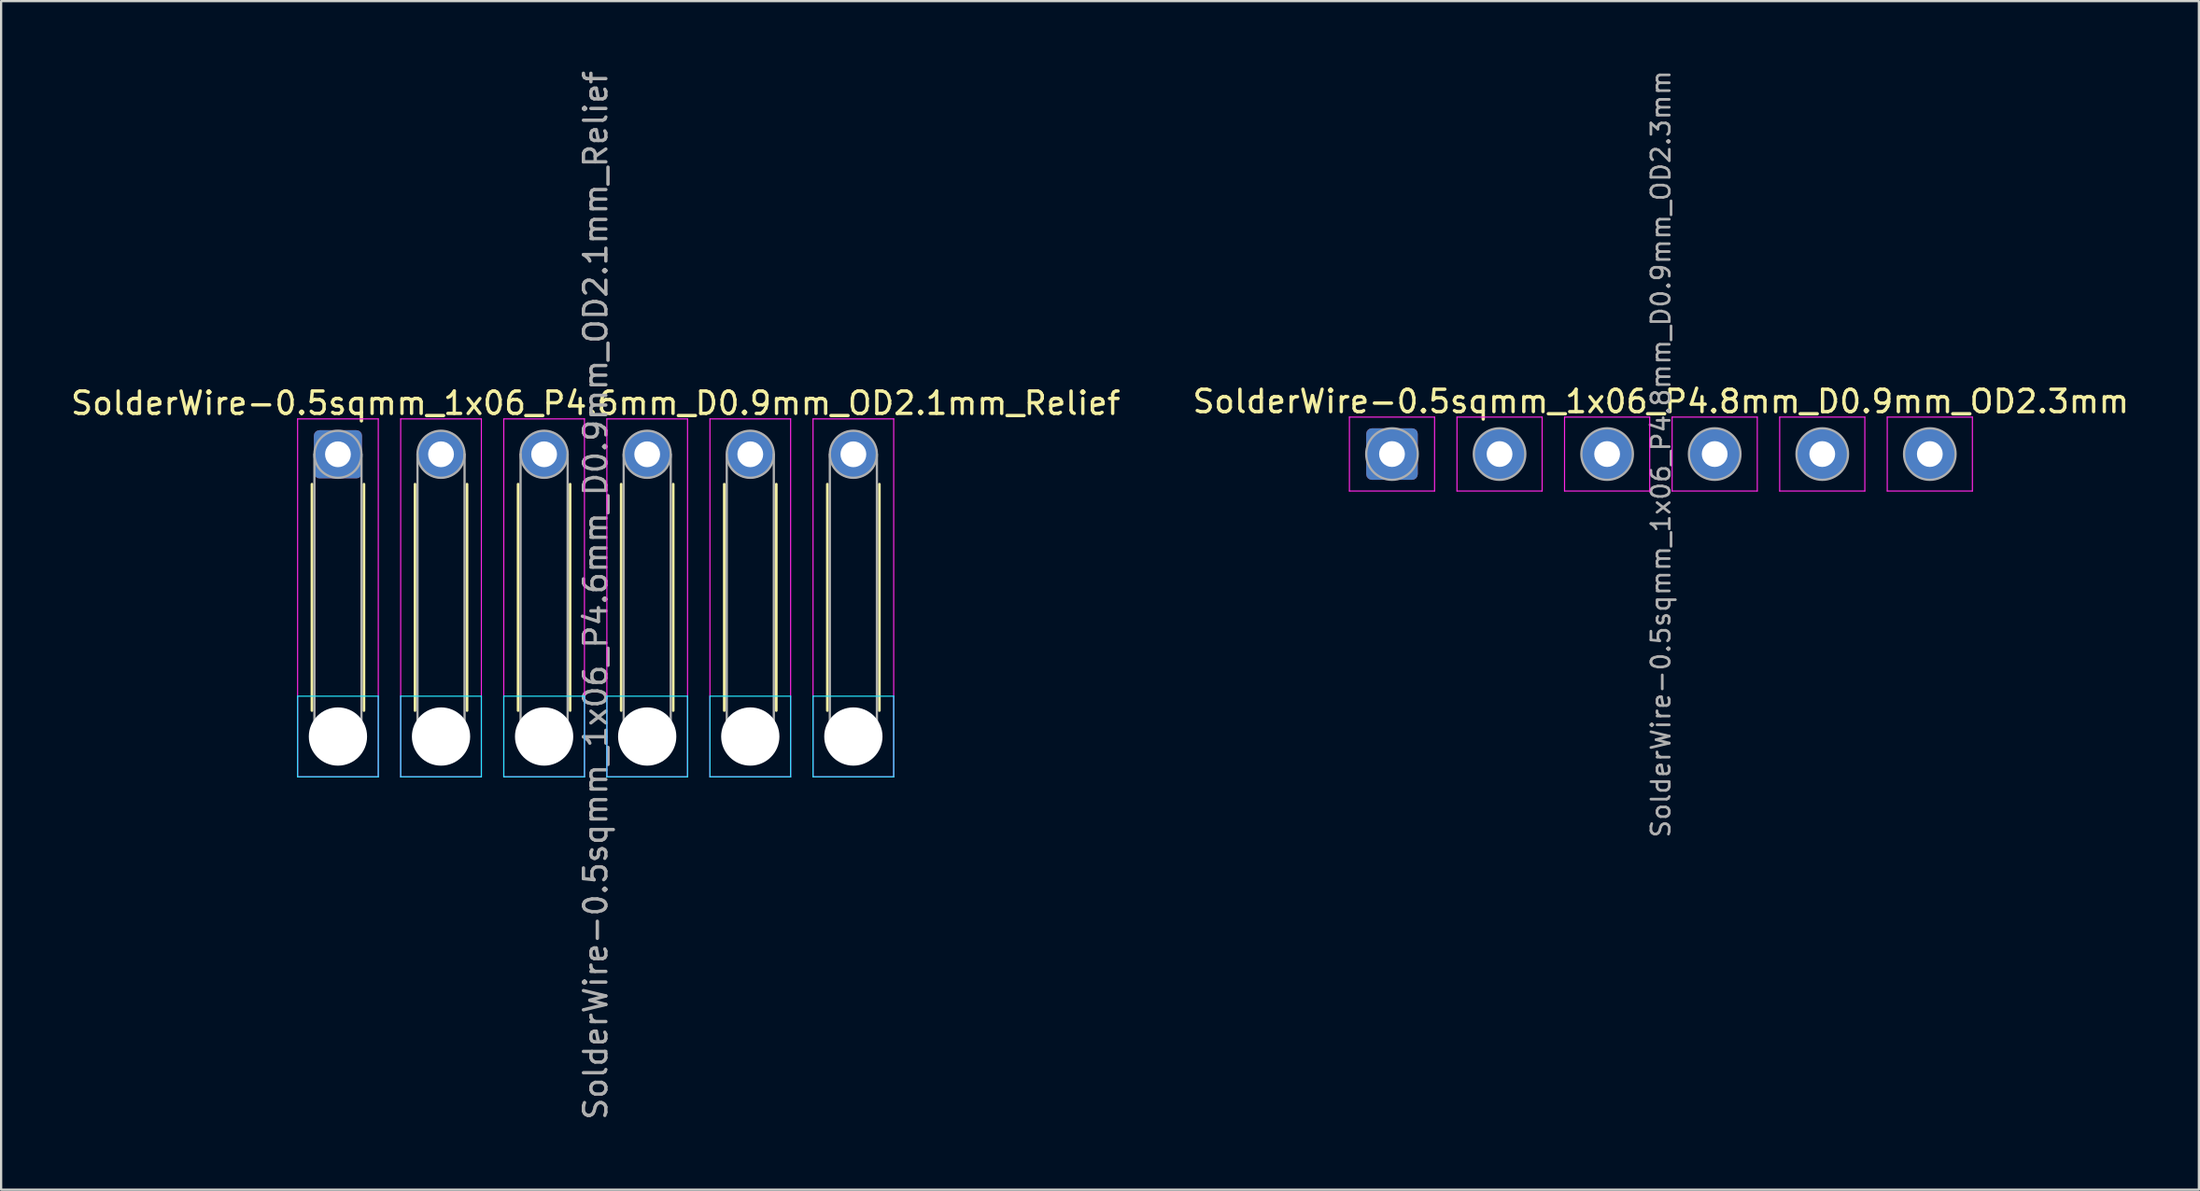
<source format=kicad_pcb>
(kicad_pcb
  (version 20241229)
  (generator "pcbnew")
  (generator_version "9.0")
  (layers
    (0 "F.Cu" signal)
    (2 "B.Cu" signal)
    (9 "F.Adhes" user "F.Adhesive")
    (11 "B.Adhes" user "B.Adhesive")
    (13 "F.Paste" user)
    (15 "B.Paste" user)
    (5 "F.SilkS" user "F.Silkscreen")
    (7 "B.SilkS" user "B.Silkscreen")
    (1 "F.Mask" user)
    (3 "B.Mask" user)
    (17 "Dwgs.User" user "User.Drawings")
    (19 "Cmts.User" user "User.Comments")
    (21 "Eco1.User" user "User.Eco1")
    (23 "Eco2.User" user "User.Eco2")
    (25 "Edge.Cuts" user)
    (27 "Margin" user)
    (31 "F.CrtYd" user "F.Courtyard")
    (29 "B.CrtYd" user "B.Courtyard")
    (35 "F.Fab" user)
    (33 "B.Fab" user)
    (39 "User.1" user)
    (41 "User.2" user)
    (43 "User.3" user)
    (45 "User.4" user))
  (footprint "SolderWire-0.5sqmm_1x06_P4.8mm_D0.9mm_OD2.3mm"
    (layer "F.Cu")
    (at 59.065 17.22)
    (property "Reference" "SolderWire-0.5sqmm_1x06_P4.8mm_D0.9mm_OD2.3mm" (at 12 -2.35 0) (layer "F.SilkS") (effects (font (size 1 1) (thickness 0.15))))
    (attr exclude_from_pos_files exclude_from_bom)
    (fp_line (start -1.9 -1.65) (end -1.9 1.65) (stroke (width 0.05) (type solid)) (layer "F.CrtYd"))
    (fp_line (start -1.9 1.65) (end 1.9 1.65) (stroke (width 0.05) (type solid)) (layer "F.CrtYd"))
    (fp_line (start 1.9 -1.65) (end -1.9 -1.65) (stroke (width 0.05) (type solid)) (layer "F.CrtYd"))
    (fp_line (start 1.9 1.65) (end 1.9 -1.65) (stroke (width 0.05) (type solid)) (layer "F.CrtYd"))
    (fp_line (start 2.9 -1.65) (end 2.9 1.65) (stroke (width 0.05) (type solid)) (layer "F.CrtYd"))
    (fp_line (start 2.9 1.65) (end 6.7 1.65) (stroke (width 0.05) (type solid)) (layer "F.CrtYd"))
    (fp_line (start 6.7 -1.65) (end 2.9 -1.65) (stroke (width 0.05) (type solid)) (layer "F.CrtYd"))
    (fp_line (start 6.7 1.65) (end 6.7 -1.65) (stroke (width 0.05) (type solid)) (layer "F.CrtYd"))
    (fp_line (start 7.7 -1.65) (end 7.7 1.65) (stroke (width 0.05) (type solid)) (layer "F.CrtYd"))
    (fp_line (start 7.7 1.65) (end 11.5 1.65) (stroke (width 0.05) (type solid)) (layer "F.CrtYd"))
    (fp_line (start 11.5 -1.65) (end 7.7 -1.65) (stroke (width 0.05) (type solid)) (layer "F.CrtYd"))
    (fp_line (start 11.5 1.65) (end 11.5 -1.65) (stroke (width 0.05) (type solid)) (layer "F.CrtYd"))
    (fp_line (start 12.5 -1.65) (end 12.5 1.65) (stroke (width 0.05) (type solid)) (layer "F.CrtYd"))
    (fp_line (start 12.5 1.65) (end 16.3 1.65) (stroke (width 0.05) (type solid)) (layer "F.CrtYd"))
    (fp_line (start 16.3 -1.65) (end 12.5 -1.65) (stroke (width 0.05) (type solid)) (layer "F.CrtYd"))
    (fp_line (start 16.3 1.65) (end 16.3 -1.65) (stroke (width 0.05) (type solid)) (layer "F.CrtYd"))
    (fp_line (start 17.3 -1.65) (end 17.3 1.65) (stroke (width 0.05) (type solid)) (layer "F.CrtYd"))
    (fp_line (start 17.3 1.65) (end 21.1 1.65) (stroke (width 0.05) (type solid)) (layer "F.CrtYd"))
    (fp_line (start 21.1 -1.65) (end 17.3 -1.65) (stroke (width 0.05) (type solid)) (layer "F.CrtYd"))
    (fp_line (start 21.1 1.65) (end 21.1 -1.65) (stroke (width 0.05) (type solid)) (layer "F.CrtYd"))
    (fp_line (start 22.1 -1.65) (end 22.1 1.65) (stroke (width 0.05) (type solid)) (layer "F.CrtYd"))
    (fp_line (start 22.1 1.65) (end 25.9 1.65) (stroke (width 0.05) (type solid)) (layer "F.CrtYd"))
    (fp_line (start 25.9 -1.65) (end 22.1 -1.65) (stroke (width 0.05) (type solid)) (layer "F.CrtYd"))
    (fp_line (start 25.9 1.65) (end 25.9 -1.65) (stroke (width 0.05) (type solid)) (layer "F.CrtYd"))
    (fp_circle (center 0 0) (end 1.15 0) (stroke (width 0.1) (type solid)) (fill no) (layer "F.Fab"))
    (fp_circle (center 4.8 0) (end 5.95 0) (stroke (width 0.1) (type solid)) (fill no) (layer "F.Fab"))
    (fp_circle (center 9.6 0) (end 10.75 0) (stroke (width 0.1) (type solid)) (fill no) (layer "F.Fab"))
    (fp_circle (center 14.4 0) (end 15.55 0) (stroke (width 0.1) (type solid)) (fill no) (layer "F.Fab"))
    (fp_circle (center 19.2 0) (end 20.35 0) (stroke (width 0.1) (type solid)) (fill no) (layer "F.Fab"))
    (fp_circle (center 24 0) (end 25.15 0) (stroke (width 0.1) (type solid)) (fill no) (layer "F.Fab"))
    (fp_text user "${REFERENCE}" (at 12 0 90) (layer "F.Fab") (effects (font (size 0.82 0.82) (thickness 0.12))))
    (pad "1" thru_hole roundrect (at 0 0) (size 2.3 2.3) (drill 1.15) (layers "*.Cu" "*.Mask") (roundrect_rratio 0.109))
    (pad "2" thru_hole circle (at 4.8 0) (size 2.3 2.3) (drill 1.15) (layers "*.Cu" "*.Mask"))
    (pad "3" thru_hole circle (at 9.6 0) (size 2.3 2.3) (drill 1.15) (layers "*.Cu" "*.Mask"))
    (pad "4" thru_hole circle (at 14.4 0) (size 2.3 2.3) (drill 1.15) (layers "*.Cu" "*.Mask"))
    (pad "5" thru_hole circle (at 19.2 0) (size 2.3 2.3) (drill 1.15) (layers "*.Cu" "*.Mask"))
    (pad "6" thru_hole circle (at 24 0) (size 2.3 2.3) (drill 1.15) (layers "*.Cu" "*.Mask")))
  (footprint "SolderWire-0.5sqmm_1x06_P4.6mm_D0.9mm_OD2.1mm_Relief"
    (layer "F.Cu")
    (at 12.03 17.23)
    (property "Reference" "SolderWire-0.5sqmm_1x06_P4.6mm_D0.9mm_OD2.1mm_Relief" (at 11.5 -2.28 0) (layer "F.SilkS") (effects (font (size 1 1) (thickness 0.15))))
    (attr exclude_from_pos_files exclude_from_bom)
    (fp_line (start -1.16 1.335) (end -1.16 11.44) (stroke (width 0.12) (type solid)) (layer "F.SilkS"))
    (fp_line (start 1.16 1.335) (end 1.16 11.44) (stroke (width 0.12) (type solid)) (layer "F.SilkS"))
    (fp_line (start 3.44 1.335) (end 3.44 11.44) (stroke (width 0.12) (type solid)) (layer "F.SilkS"))
    (fp_line (start 5.76 1.335) (end 5.76 11.44) (stroke (width 0.12) (type solid)) (layer "F.SilkS"))
    (fp_line (start 8.04 1.335) (end 8.04 11.44) (stroke (width 0.12) (type solid)) (layer "F.SilkS"))
    (fp_line (start 10.36 1.335) (end 10.36 11.44) (stroke (width 0.12) (type solid)) (layer "F.SilkS"))
    (fp_line (start 12.64 1.335) (end 12.64 11.44) (stroke (width 0.12) (type solid)) (layer "F.SilkS"))
    (fp_line (start 14.96 1.335) (end 14.96 11.44) (stroke (width 0.12) (type solid)) (layer "F.SilkS"))
    (fp_line (start 17.24 1.335) (end 17.24 11.44) (stroke (width 0.12) (type solid)) (layer "F.SilkS"))
    (fp_line (start 19.56 1.335) (end 19.56 11.44) (stroke (width 0.12) (type solid)) (layer "F.SilkS"))
    (fp_line (start 21.84 1.335) (end 21.84 11.44) (stroke (width 0.12) (type solid)) (layer "F.SilkS"))
    (fp_line (start 24.16 1.335) (end 24.16 11.44) (stroke (width 0.12) (type solid)) (layer "F.SilkS"))
    (fp_line (start -1.8 10.8) (end -1.8 14.4) (stroke (width 0.05) (type solid)) (layer "B.CrtYd"))
    (fp_line (start -1.8 14.4) (end 1.8 14.4) (stroke (width 0.05) (type solid)) (layer "B.CrtYd"))
    (fp_line (start 1.8 10.8) (end -1.8 10.8) (stroke (width 0.05) (type solid)) (layer "B.CrtYd"))
    (fp_line (start 1.8 14.4) (end 1.8 10.8) (stroke (width 0.05) (type solid)) (layer "B.CrtYd"))
    (fp_line (start 2.8 10.8) (end 2.8 14.4) (stroke (width 0.05) (type solid)) (layer "B.CrtYd"))
    (fp_line (start 2.8 14.4) (end 6.4 14.4) (stroke (width 0.05) (type solid)) (layer "B.CrtYd"))
    (fp_line (start 6.4 10.8) (end 2.8 10.8) (stroke (width 0.05) (type solid)) (layer "B.CrtYd"))
    (fp_line (start 6.4 14.4) (end 6.4 10.8) (stroke (width 0.05) (type solid)) (layer "B.CrtYd"))
    (fp_line (start 7.4 10.8) (end 7.4 14.4) (stroke (width 0.05) (type solid)) (layer "B.CrtYd"))
    (fp_line (start 7.4 14.4) (end 11 14.4) (stroke (width 0.05) (type solid)) (layer "B.CrtYd"))
    (fp_line (start 11 10.8) (end 7.4 10.8) (stroke (width 0.05) (type solid)) (layer "B.CrtYd"))
    (fp_line (start 11 14.4) (end 11 10.8) (stroke (width 0.05) (type solid)) (layer "B.CrtYd"))
    (fp_line (start 12 10.8) (end 12 14.4) (stroke (width 0.05) (type solid)) (layer "B.CrtYd"))
    (fp_line (start 12 14.4) (end 15.6 14.4) (stroke (width 0.05) (type solid)) (layer "B.CrtYd"))
    (fp_line (start 15.6 10.8) (end 12 10.8) (stroke (width 0.05) (type solid)) (layer "B.CrtYd"))
    (fp_line (start 15.6 14.4) (end 15.6 10.8) (stroke (width 0.05) (type solid)) (layer "B.CrtYd"))
    (fp_line (start 16.6 10.8) (end 16.6 14.4) (stroke (width 0.05) (type solid)) (layer "B.CrtYd"))
    (fp_line (start 16.6 14.4) (end 20.2 14.4) (stroke (width 0.05) (type solid)) (layer "B.CrtYd"))
    (fp_line (start 20.2 10.8) (end 16.6 10.8) (stroke (width 0.05) (type solid)) (layer "B.CrtYd"))
    (fp_line (start 20.2 14.4) (end 20.2 10.8) (stroke (width 0.05) (type solid)) (layer "B.CrtYd"))
    (fp_line (start 21.2 10.8) (end 21.2 14.4) (stroke (width 0.05) (type solid)) (layer "B.CrtYd"))
    (fp_line (start 21.2 14.4) (end 24.8 14.4) (stroke (width 0.05) (type solid)) (layer "B.CrtYd"))
    (fp_line (start 24.8 10.8) (end 21.2 10.8) (stroke (width 0.05) (type solid)) (layer "B.CrtYd"))
    (fp_line (start 24.8 14.4) (end 24.8 10.8) (stroke (width 0.05) (type solid)) (layer "B.CrtYd"))
    (fp_line (start -1.8 -1.58) (end -1.8 14.4) (stroke (width 0.05) (type solid)) (layer "F.CrtYd"))
    (fp_line (start -1.8 14.4) (end 1.8 14.4) (stroke (width 0.05) (type solid)) (layer "F.CrtYd"))
    (fp_line (start 1.8 -1.58) (end -1.8 -1.58) (stroke (width 0.05) (type solid)) (layer "F.CrtYd"))
    (fp_line (start 1.8 14.4) (end 1.8 -1.58) (stroke (width 0.05) (type solid)) (layer "F.CrtYd"))
    (fp_line (start 2.8 -1.58) (end 2.8 14.4) (stroke (width 0.05) (type solid)) (layer "F.CrtYd"))
    (fp_line (start 2.8 14.4) (end 6.4 14.4) (stroke (width 0.05) (type solid)) (layer "F.CrtYd"))
    (fp_line (start 6.4 -1.58) (end 2.8 -1.58) (stroke (width 0.05) (type solid)) (layer "F.CrtYd"))
    (fp_line (start 6.4 14.4) (end 6.4 -1.58) (stroke (width 0.05) (type solid)) (layer "F.CrtYd"))
    (fp_line (start 7.4 -1.58) (end 7.4 14.4) (stroke (width 0.05) (type solid)) (layer "F.CrtYd"))
    (fp_line (start 7.4 14.4) (end 11 14.4) (stroke (width 0.05) (type solid)) (layer "F.CrtYd"))
    (fp_line (start 11 -1.58) (end 7.4 -1.58) (stroke (width 0.05) (type solid)) (layer "F.CrtYd"))
    (fp_line (start 11 14.4) (end 11 -1.58) (stroke (width 0.05) (type solid)) (layer "F.CrtYd"))
    (fp_line (start 12 -1.58) (end 12 14.4) (stroke (width 0.05) (type solid)) (layer "F.CrtYd"))
    (fp_line (start 12 14.4) (end 15.6 14.4) (stroke (width 0.05) (type solid)) (layer "F.CrtYd"))
    (fp_line (start 15.6 -1.58) (end 12 -1.58) (stroke (width 0.05) (type solid)) (layer "F.CrtYd"))
    (fp_line (start 15.6 14.4) (end 15.6 -1.58) (stroke (width 0.05) (type solid)) (layer "F.CrtYd"))
    (fp_line (start 16.6 -1.58) (end 16.6 14.4) (stroke (width 0.05) (type solid)) (layer "F.CrtYd"))
    (fp_line (start 16.6 14.4) (end 20.2 14.4) (stroke (width 0.05) (type solid)) (layer "F.CrtYd"))
    (fp_line (start 20.2 -1.58) (end 16.6 -1.58) (stroke (width 0.05) (type solid)) (layer "F.CrtYd"))
    (fp_line (start 20.2 14.4) (end 20.2 -1.58) (stroke (width 0.05) (type solid)) (layer "F.CrtYd"))
    (fp_line (start 21.2 -1.58) (end 21.2 14.4) (stroke (width 0.05) (type solid)) (layer "F.CrtYd"))
    (fp_line (start 21.2 14.4) (end 24.8 14.4) (stroke (width 0.05) (type solid)) (layer "F.CrtYd"))
    (fp_line (start 24.8 -1.58) (end 21.2 -1.58) (stroke (width 0.05) (type solid)) (layer "F.CrtYd"))
    (fp_line (start 24.8 14.4) (end 24.8 -1.58) (stroke (width 0.05) (type solid)) (layer "F.CrtYd"))
    (fp_line (start -1.05 0) (end -1.05 12.6) (stroke (width 0.1) (type solid)) (layer "F.Fab"))
    (fp_line (start 1.05 0) (end 1.05 12.6) (stroke (width 0.1) (type solid)) (layer "F.Fab"))
    (fp_line (start 3.55 0) (end 3.55 12.6) (stroke (width 0.1) (type solid)) (layer "F.Fab"))
    (fp_line (start 5.65 0) (end 5.65 12.6) (stroke (width 0.1) (type solid)) (layer "F.Fab"))
    (fp_line (start 8.15 0) (end 8.15 12.6) (stroke (width 0.1) (type solid)) (layer "F.Fab"))
    (fp_line (start 10.25 0) (end 10.25 12.6) (stroke (width 0.1) (type solid)) (layer "F.Fab"))
    (fp_line (start 12.75 0) (end 12.75 12.6) (stroke (width 0.1) (type solid)) (layer "F.Fab"))
    (fp_line (start 14.85 0) (end 14.85 12.6) (stroke (width 0.1) (type solid)) (layer "F.Fab"))
    (fp_line (start 17.35 0) (end 17.35 12.6) (stroke (width 0.1) (type solid)) (layer "F.Fab"))
    (fp_line (start 19.45 0) (end 19.45 12.6) (stroke (width 0.1) (type solid)) (layer "F.Fab"))
    (fp_line (start 21.95 0) (end 21.95 12.6) (stroke (width 0.1) (type solid)) (layer "F.Fab"))
    (fp_line (start 24.05 0) (end 24.05 12.6) (stroke (width 0.1) (type solid)) (layer "F.Fab"))
    (fp_circle (center 0 0) (end 1.05 0) (stroke (width 0.1) (type solid)) (fill no) (layer "F.Fab"))
    (fp_circle (center 0 12.6) (end 1.05 12.6) (stroke (width 0.1) (type solid)) (fill no) (layer "F.Fab"))
    (fp_circle (center 4.6 0) (end 5.65 0) (stroke (width 0.1) (type solid)) (fill no) (layer "F.Fab"))
    (fp_circle (center 4.6 12.6) (end 5.65 12.6) (stroke (width 0.1) (type solid)) (fill no) (layer "F.Fab"))
    (fp_circle (center 9.2 0) (end 10.25 0) (stroke (width 0.1) (type solid)) (fill no) (layer "F.Fab"))
    (fp_circle (center 9.2 12.6) (end 10.25 12.6) (stroke (width 0.1) (type solid)) (fill no) (layer "F.Fab"))
    (fp_circle (center 13.8 0) (end 14.85 0) (stroke (width 0.1) (type solid)) (fill no) (layer "F.Fab"))
    (fp_circle (center 13.8 12.6) (end 14.85 12.6) (stroke (width 0.1) (type solid)) (fill no) (layer "F.Fab"))
    (fp_circle (center 18.4 0) (end 19.45 0) (stroke (width 0.1) (type solid)) (fill no) (layer "F.Fab"))
    (fp_circle (center 18.4 12.6) (end 19.45 12.6) (stroke (width 0.1) (type solid)) (fill no) (layer "F.Fab"))
    (fp_circle (center 23 0) (end 24.05 0) (stroke (width 0.1) (type solid)) (fill no) (layer "F.Fab"))
    (fp_circle (center 23 12.6) (end 24.05 12.6) (stroke (width 0.1) (type solid)) (fill no) (layer "F.Fab"))
    (fp_text user "${REFERENCE}" (at 11.5 6.3 90) (layer "F.Fab") (effects (font (size 1 1) (thickness 0.15))))
    (pad "" np_thru_hole circle (at 0 12.6) (size 2.6 2.6) (drill 2.6) (layers "*.Cu" "*.Mask"))
    (pad "" np_thru_hole circle (at 4.6 12.6) (size 2.6 2.6) (drill 2.6) (layers "*.Cu" "*.Mask"))
    (pad "" np_thru_hole circle (at 9.2 12.6) (size 2.6 2.6) (drill 2.6) (layers "*.Cu" "*.Mask"))
    (pad "" np_thru_hole circle (at 13.8 12.6) (size 2.6 2.6) (drill 2.6) (layers "*.Cu" "*.Mask"))
    (pad "" np_thru_hole circle (at 18.4 12.6) (size 2.6 2.6) (drill 2.6) (layers "*.Cu" "*.Mask"))
    (pad "" np_thru_hole circle (at 23 12.6) (size 2.6 2.6) (drill 2.6) (layers "*.Cu" "*.Mask"))
    (pad "1" thru_hole roundrect (at 0 0) (size 2.15 2.15) (drill 1.15) (layers "*.Cu" "*.Mask") (roundrect_rratio 0.116))
    (pad "2" thru_hole circle (at 4.6 0) (size 2.15 2.15) (drill 1.15) (layers "*.Cu" "*.Mask"))
    (pad "3" thru_hole circle (at 9.2 0) (size 2.15 2.15) (drill 1.15) (layers "*.Cu" "*.Mask"))
    (pad "4" thru_hole circle (at 13.8 0) (size 2.15 2.15) (drill 1.15) (layers "*.Cu" "*.Mask"))
    (pad "5" thru_hole circle (at 18.4 0) (size 2.15 2.15) (drill 1.15) (layers "*.Cu" "*.Mask"))
    (pad "6" thru_hole circle (at 23 0) (size 2.15 2.15) (drill 1.15) (layers "*.Cu" "*.Mask")))
  (gr_rect
    (start -3 -3)
    (end 95.071 50.06)
    (stroke (width 0.1) (type default))
    (fill no)
    (layer "Edge.Cuts")))
</source>
